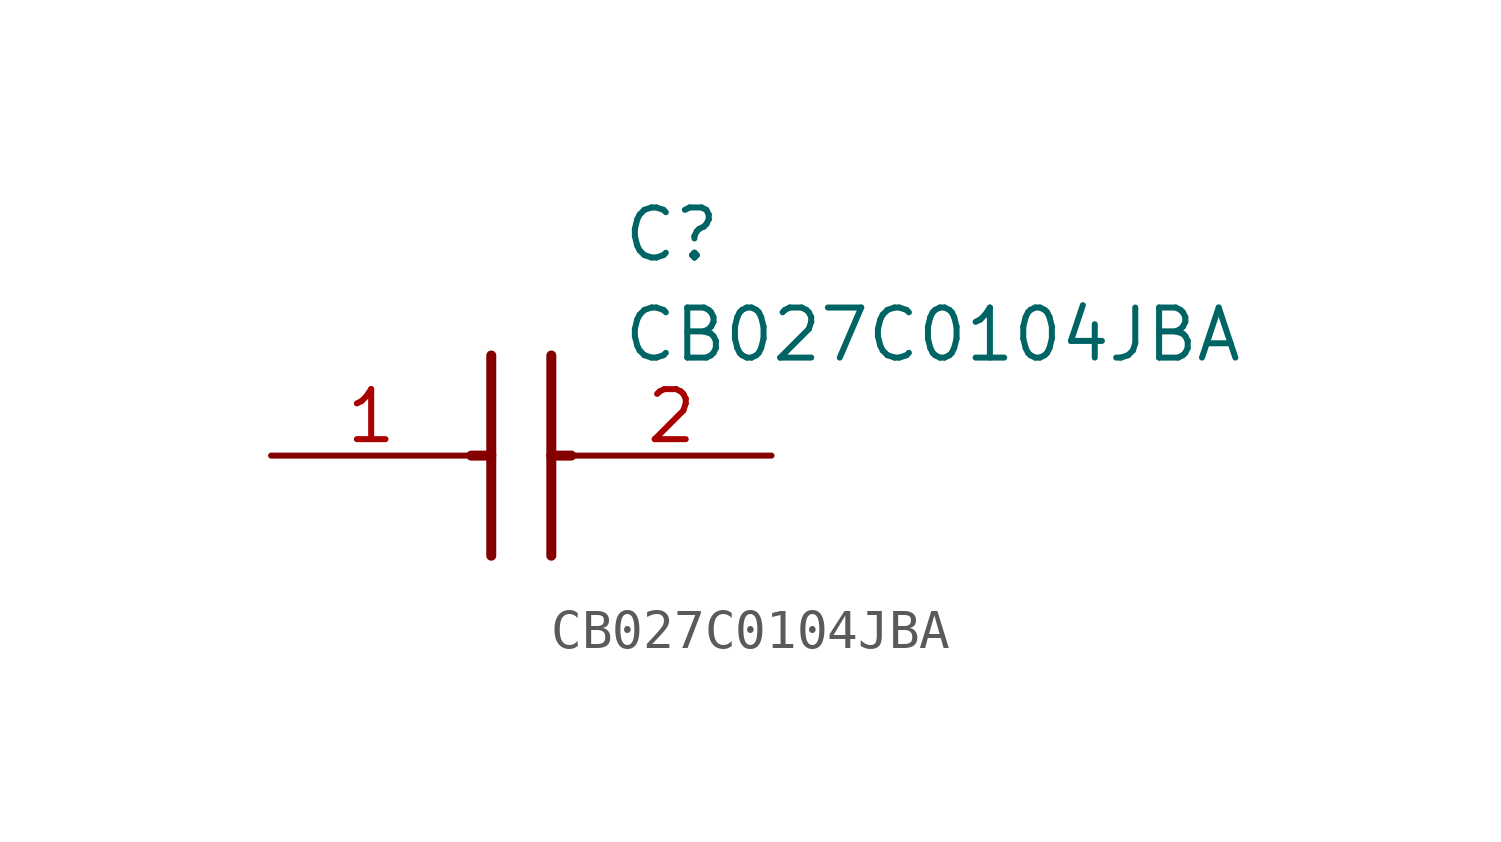
<source format=kicad_sym>
(kicad_symbol_lib
  (version 20211014)
  (generator SamacSys_ECAD_Model)
  (symbol "CB027C0104JBA"
    (pin_names hide)
    (property "Reference" "C"
      (at 8.89 6.35 0)
      (effects (font (size 1.27 1.27)) (justify left top)))
    (property "Value" "CB027C0104JBA"
      (at 8.89 3.81 0)
      (effects (font (size 1.27 1.27)) (justify left top)))
    (polyline
      (pts (xy 5.588 2.54) (xy 5.588 -2.54))
      (stroke (width 0.254) (type default))
      (fill (type none)))
    (polyline
      (pts (xy 7.112 2.54) (xy 7.112 -2.54))
      (stroke (width 0.254) (type default))
      (fill (type none)))
    (polyline
      (pts (xy 5.08 0) (xy 5.588 0))
      (stroke (width 0.254) (type default))
      (fill (type none)))
    (polyline
      (pts (xy 7.112 0) (xy 7.62 0))
      (stroke (width 0.254) (type default))
      (fill (type none)))
    (pin passive line
      (at 0 0 0)
      (length 5.08)
      (name "1" (effects (font (size 1.27 1.27))))
      (number "1" (effects (font (size 1.27 1.27)))))
    (pin passive line
      (at 12.7 0 180)
      (length 5.08)
      (name "2" (effects (font (size 1.27 1.27))))
      (number "2" (effects (font (size 1.27 1.27)))))))
</source>
